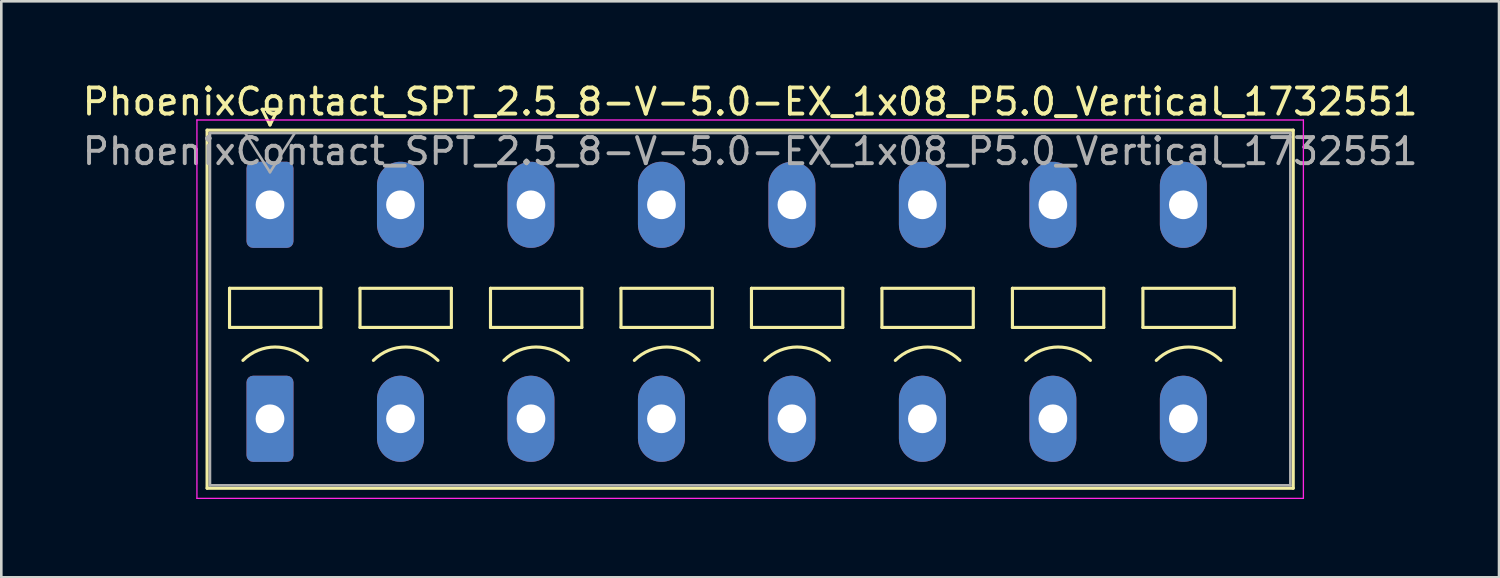
<source format=kicad_pcb>
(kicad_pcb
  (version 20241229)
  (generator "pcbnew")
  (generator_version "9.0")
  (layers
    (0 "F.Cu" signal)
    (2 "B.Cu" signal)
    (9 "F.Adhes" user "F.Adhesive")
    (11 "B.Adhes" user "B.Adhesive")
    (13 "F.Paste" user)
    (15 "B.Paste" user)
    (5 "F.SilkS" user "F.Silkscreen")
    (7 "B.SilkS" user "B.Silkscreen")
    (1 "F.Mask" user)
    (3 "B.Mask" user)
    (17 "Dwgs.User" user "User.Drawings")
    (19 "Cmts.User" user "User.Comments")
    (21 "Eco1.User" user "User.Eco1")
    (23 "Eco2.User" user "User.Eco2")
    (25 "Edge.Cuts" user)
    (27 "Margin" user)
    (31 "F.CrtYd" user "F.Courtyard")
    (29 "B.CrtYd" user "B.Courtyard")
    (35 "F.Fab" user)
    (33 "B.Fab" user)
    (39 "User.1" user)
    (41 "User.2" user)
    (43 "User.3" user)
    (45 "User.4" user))
  (footprint "PhoenixContact_SPT_2.5_8-V-5.0-EX_1x08_P5.0_Vertical_1732551"
    (layer "F.Cu")
    (at 7.296 4.798)
    (property "Reference" "PhoenixContact_SPT_2.5_8-V-5.0-EX_1x08_P5.0_Vertical_1732551" (at 18.4 -3.95 0) (layer "F.SilkS") (effects (font (size 1 1) (thickness 0.15))))
    (attr through_hole)
    (fp_line (start -2.41 -2.86) (end 39.21 -2.86) (stroke (width 0.12) (type solid)) (layer "F.SilkS"))
    (fp_line (start -2.41 10.86) (end -2.41 -2.86) (stroke (width 0.12) (type solid)) (layer "F.SilkS"))
    (fp_line (start -1.55 3.2) (end -1.55 4.7) (stroke (width 0.12) (type solid)) (layer "F.SilkS"))
    (fp_line (start -1.55 4.7) (end 1.95 4.7) (stroke (width 0.12) (type solid)) (layer "F.SilkS"))
    (fp_line (start -0.3 -3.66) (end 0 -3.06) (stroke (width 0.12) (type solid)) (layer "F.SilkS"))
    (fp_line (start -0.3 -3.66) (end 0.3 -3.66) (stroke (width 0.12) (type solid)) (layer "F.SilkS"))
    (fp_line (start 0.3 -3.66) (end 0 -3.06) (stroke (width 0.12) (type solid)) (layer "F.SilkS"))
    (fp_line (start 1.95 3.2) (end -1.55 3.2) (stroke (width 0.12) (type solid)) (layer "F.SilkS"))
    (fp_line (start 1.95 4.7) (end 1.95 3.2) (stroke (width 0.12) (type solid)) (layer "F.SilkS"))
    (fp_line (start 3.45 3.2) (end 3.45 4.7) (stroke (width 0.12) (type solid)) (layer "F.SilkS"))
    (fp_line (start 3.45 4.7) (end 6.95 4.7) (stroke (width 0.12) (type solid)) (layer "F.SilkS"))
    (fp_line (start 6.95 3.2) (end 3.45 3.2) (stroke (width 0.12) (type solid)) (layer "F.SilkS"))
    (fp_line (start 6.95 4.7) (end 6.95 3.2) (stroke (width 0.12) (type solid)) (layer "F.SilkS"))
    (fp_line (start 8.45 3.2) (end 8.45 4.7) (stroke (width 0.12) (type solid)) (layer "F.SilkS"))
    (fp_line (start 8.45 4.7) (end 11.95 4.7) (stroke (width 0.12) (type solid)) (layer "F.SilkS"))
    (fp_line (start 11.95 3.2) (end 8.45 3.2) (stroke (width 0.12) (type solid)) (layer "F.SilkS"))
    (fp_line (start 11.95 4.7) (end 11.95 3.2) (stroke (width 0.12) (type solid)) (layer "F.SilkS"))
    (fp_line (start 13.45 3.2) (end 13.45 4.7) (stroke (width 0.12) (type solid)) (layer "F.SilkS"))
    (fp_line (start 13.45 4.7) (end 16.95 4.7) (stroke (width 0.12) (type solid)) (layer "F.SilkS"))
    (fp_line (start 16.95 3.2) (end 13.45 3.2) (stroke (width 0.12) (type solid)) (layer "F.SilkS"))
    (fp_line (start 16.95 4.7) (end 16.95 3.2) (stroke (width 0.12) (type solid)) (layer "F.SilkS"))
    (fp_line (start 18.45 3.2) (end 18.45 4.7) (stroke (width 0.12) (type solid)) (layer "F.SilkS"))
    (fp_line (start 18.45 4.7) (end 21.95 4.7) (stroke (width 0.12) (type solid)) (layer "F.SilkS"))
    (fp_line (start 21.95 3.2) (end 18.45 3.2) (stroke (width 0.12) (type solid)) (layer "F.SilkS"))
    (fp_line (start 21.95 4.7) (end 21.95 3.2) (stroke (width 0.12) (type solid)) (layer "F.SilkS"))
    (fp_line (start 23.45 3.2) (end 23.45 4.7) (stroke (width 0.12) (type solid)) (layer "F.SilkS"))
    (fp_line (start 23.45 4.7) (end 26.95 4.7) (stroke (width 0.12) (type solid)) (layer "F.SilkS"))
    (fp_line (start 26.95 3.2) (end 23.45 3.2) (stroke (width 0.12) (type solid)) (layer "F.SilkS"))
    (fp_line (start 26.95 4.7) (end 26.95 3.2) (stroke (width 0.12) (type solid)) (layer "F.SilkS"))
    (fp_line (start 28.45 3.2) (end 28.45 4.7) (stroke (width 0.12) (type solid)) (layer "F.SilkS"))
    (fp_line (start 28.45 4.7) (end 31.95 4.7) (stroke (width 0.12) (type solid)) (layer "F.SilkS"))
    (fp_line (start 31.95 3.2) (end 28.45 3.2) (stroke (width 0.12) (type solid)) (layer "F.SilkS"))
    (fp_line (start 31.95 4.7) (end 31.95 3.2) (stroke (width 0.12) (type solid)) (layer "F.SilkS"))
    (fp_line (start 33.45 3.2) (end 33.45 4.7) (stroke (width 0.12) (type solid)) (layer "F.SilkS"))
    (fp_line (start 33.45 4.7) (end 36.95 4.7) (stroke (width 0.12) (type solid)) (layer "F.SilkS"))
    (fp_line (start 36.95 3.2) (end 33.45 3.2) (stroke (width 0.12) (type solid)) (layer "F.SilkS"))
    (fp_line (start 36.95 4.7) (end 36.95 3.2) (stroke (width 0.12) (type solid)) (layer "F.SilkS"))
    (fp_line (start 39.21 -2.86) (end 39.21 10.86) (stroke (width 0.12) (type solid)) (layer "F.SilkS"))
    (fp_line (start 39.21 10.86) (end -2.41 10.86) (stroke (width 0.12) (type solid)) (layer "F.SilkS"))
    (fp_arc (start -1.037437 5.962563) (mid 0.2 5.45) (end 1.437437 5.962563) (stroke (width 0.12) (type solid)) (layer "F.SilkS"))
    (fp_arc (start 3.962563 5.962563) (mid 5.2 5.45) (end 6.437437 5.962563) (stroke (width 0.12) (type solid)) (layer "F.SilkS"))
    (fp_arc (start 8.962563 5.962563) (mid 10.2 5.45) (end 11.437437 5.962563) (stroke (width 0.12) (type solid)) (layer "F.SilkS"))
    (fp_arc (start 13.962563 5.962563) (mid 15.2 5.45) (end 16.437437 5.962563) (stroke (width 0.12) (type solid)) (layer "F.SilkS"))
    (fp_arc (start 18.962563 5.962563) (mid 20.2 5.45) (end 21.437437 5.962563) (stroke (width 0.12) (type solid)) (layer "F.SilkS"))
    (fp_arc (start 23.962563 5.962563) (mid 25.2 5.45) (end 26.437437 5.962563) (stroke (width 0.12) (type solid)) (layer "F.SilkS"))
    (fp_arc (start 28.962563 5.962563) (mid 30.2 5.45) (end 31.437437 5.962563) (stroke (width 0.12) (type solid)) (layer "F.SilkS"))
    (fp_arc (start 33.962563 5.962563) (mid 35.2 5.45) (end 36.437437 5.962563) (stroke (width 0.12) (type solid)) (layer "F.SilkS"))
    (fp_line (start -2.8 -3.25) (end -2.8 11.25) (stroke (width 0.05) (type solid)) (layer "F.CrtYd"))
    (fp_line (start -2.8 11.25) (end 39.6 11.25) (stroke (width 0.05) (type solid)) (layer "F.CrtYd"))
    (fp_line (start 39.6 -3.25) (end -2.8 -3.25) (stroke (width 0.05) (type solid)) (layer "F.CrtYd"))
    (fp_line (start 39.6 11.25) (end 39.6 -3.25) (stroke (width 0.05) (type solid)) (layer "F.CrtYd"))
    (fp_line (start -2.3 -2.75) (end -2.3 10.75) (stroke (width 0.1) (type solid)) (layer "F.Fab"))
    (fp_line (start -2.3 10.75) (end 39.1 10.75) (stroke (width 0.1) (type solid)) (layer "F.Fab"))
    (fp_line (start -0.95 -2.75) (end 0 -1.25) (stroke (width 0.1) (type solid)) (layer "F.Fab"))
    (fp_line (start 0.95 -2.75) (end 0 -1.25) (stroke (width 0.1) (type solid)) (layer "F.Fab"))
    (fp_line (start 39.1 -2.75) (end -2.3 -2.75) (stroke (width 0.1) (type solid)) (layer "F.Fab"))
    (fp_line (start 39.1 10.75) (end 39.1 -2.75) (stroke (width 0.1) (type solid)) (layer "F.Fab"))
    (fp_text user "${REFERENCE}" (at 18.4 -2.05 0) (layer "F.Fab") (effects (font (size 1 1) (thickness 0.15))))
    (pad "1" thru_hole roundrect (at 0 0) (size 1.8 3.3) (drill 1.1) (layers "*.Cu" "*.Mask") (roundrect_rratio 0.139))
    (pad "1" thru_hole roundrect (at 0 8.2) (size 1.8 3.3) (drill 1.1) (layers "*.Cu" "*.Mask") (roundrect_rratio 0.139))
    (pad "2" thru_hole oval (at 5 0) (size 1.8 3.3) (drill 1.1) (layers "*.Cu" "*.Mask"))
    (pad "2" thru_hole oval (at 5 8.2) (size 1.8 3.3) (drill 1.1) (layers "*.Cu" "*.Mask"))
    (pad "3" thru_hole oval (at 10 0) (size 1.8 3.3) (drill 1.1) (layers "*.Cu" "*.Mask"))
    (pad "3" thru_hole oval (at 10 8.2) (size 1.8 3.3) (drill 1.1) (layers "*.Cu" "*.Mask"))
    (pad "4" thru_hole oval (at 15 0) (size 1.8 3.3) (drill 1.1) (layers "*.Cu" "*.Mask"))
    (pad "4" thru_hole oval (at 15 8.2) (size 1.8 3.3) (drill 1.1) (layers "*.Cu" "*.Mask"))
    (pad "5" thru_hole oval (at 20 0) (size 1.8 3.3) (drill 1.1) (layers "*.Cu" "*.Mask"))
    (pad "5" thru_hole oval (at 20 8.2) (size 1.8 3.3) (drill 1.1) (layers "*.Cu" "*.Mask"))
    (pad "6" thru_hole oval (at 25 0) (size 1.8 3.3) (drill 1.1) (layers "*.Cu" "*.Mask"))
    (pad "6" thru_hole oval (at 25 8.2) (size 1.8 3.3) (drill 1.1) (layers "*.Cu" "*.Mask"))
    (pad "7" thru_hole oval (at 30 0) (size 1.8 3.3) (drill 1.1) (layers "*.Cu" "*.Mask"))
    (pad "7" thru_hole oval (at 30 8.2) (size 1.8 3.3) (drill 1.1) (layers "*.Cu" "*.Mask"))
    (pad "8" thru_hole oval (at 35 0) (size 1.8 3.3) (drill 1.1) (layers "*.Cu" "*.Mask"))
    (pad "8" thru_hole oval (at 35 8.2) (size 1.8 3.3) (drill 1.1) (layers "*.Cu" "*.Mask")))
  (gr_rect
    (start -3 -3)
    (end 54.393 19.073)
    (stroke (width 0.1) (type default))
    (fill no)
    (layer "Edge.Cuts")))
</source>
